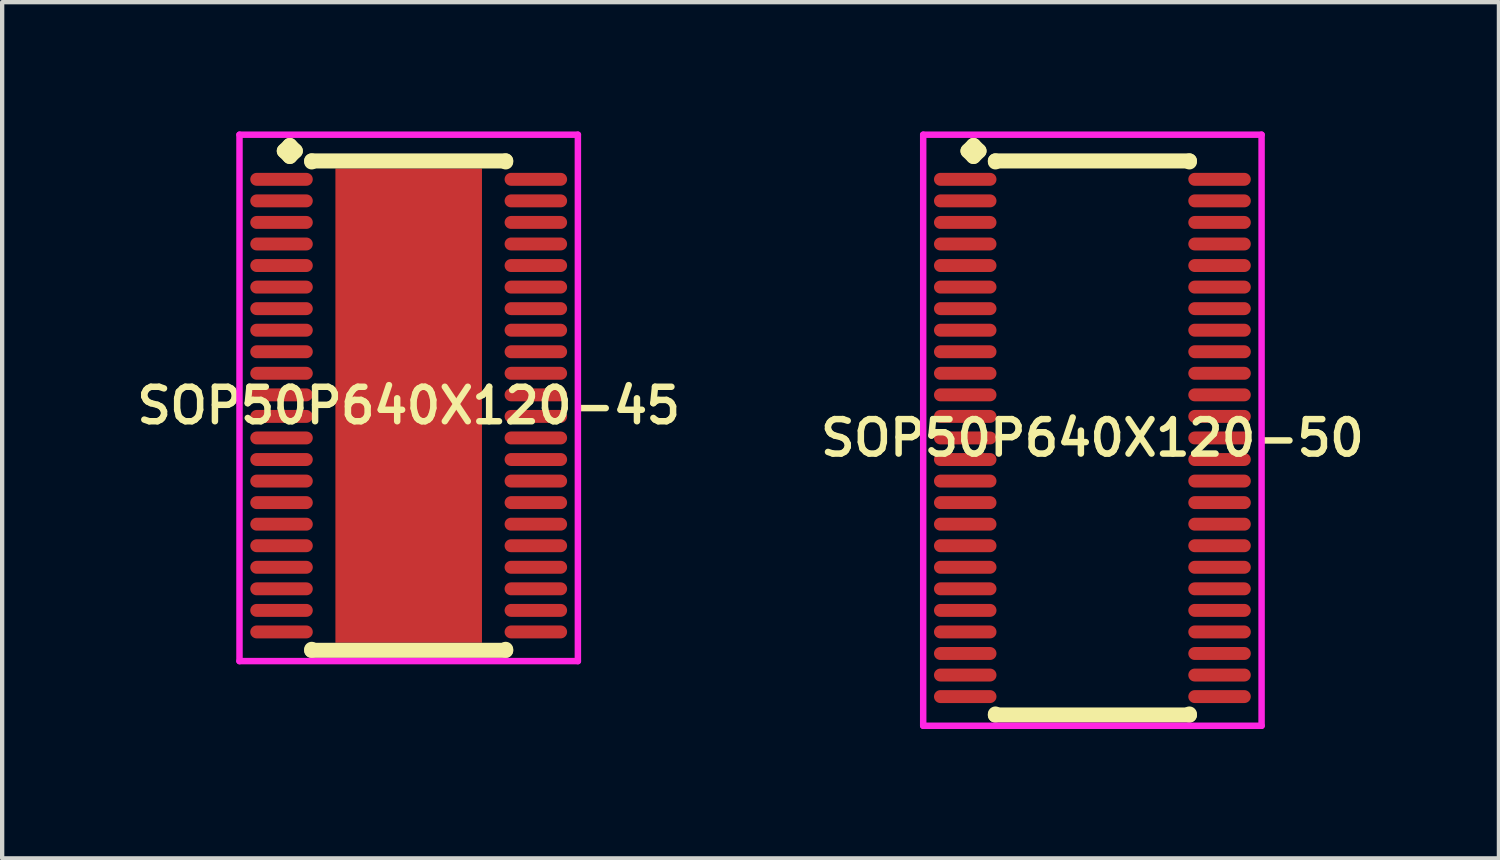
<source format=kicad_pcb>
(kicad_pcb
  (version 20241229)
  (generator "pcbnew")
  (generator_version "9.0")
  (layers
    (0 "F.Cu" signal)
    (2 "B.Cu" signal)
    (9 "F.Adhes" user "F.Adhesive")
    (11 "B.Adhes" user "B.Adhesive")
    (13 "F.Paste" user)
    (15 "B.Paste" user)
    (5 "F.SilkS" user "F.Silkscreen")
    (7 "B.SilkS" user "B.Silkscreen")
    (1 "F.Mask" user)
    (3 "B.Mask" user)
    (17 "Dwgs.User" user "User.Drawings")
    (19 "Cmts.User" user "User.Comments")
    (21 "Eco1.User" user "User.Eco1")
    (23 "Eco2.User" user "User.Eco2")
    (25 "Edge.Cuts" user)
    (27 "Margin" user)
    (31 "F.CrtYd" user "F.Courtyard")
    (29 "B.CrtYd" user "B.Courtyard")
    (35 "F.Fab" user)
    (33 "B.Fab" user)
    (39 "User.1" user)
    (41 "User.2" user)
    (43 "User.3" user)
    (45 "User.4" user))
  (footprint "SOP50P640X120-50"
    (layer "F.Cu")
    (at 22.292 7.11)
    (property "Reference" "SOP50P640X120-50" (at 0 0 0) (layer "F.SilkS") (effects (font (size 0.8 0.8) (thickness 0.15))))
    (attr smd)
    (fp_line (start -2.885 -6.658) (end -2.758 -6.785) (stroke (width 0.35) (type solid)) (layer "F.SilkS"))
    (fp_line (start -2.758 -6.785) (end -2.631 -6.658) (stroke (width 0.35) (type solid)) (layer "F.SilkS"))
    (fp_line (start -2.758 -6.531) (end -2.885 -6.658) (stroke (width 0.35) (type solid)) (layer "F.SilkS"))
    (fp_line (start -2.631 -6.658) (end -2.758 -6.531) (stroke (width 0.35) (type solid)) (layer "F.SilkS"))
    (fp_line (start -2.25 -6.427) (end 2.25 -6.427) (stroke (width 0.35) (type solid)) (layer "F.SilkS"))
    (fp_line (start -2.25 -6.404) (end -2.25 -6.427) (stroke (width 0.35) (type solid)) (layer "F.SilkS"))
    (fp_line (start -2.25 6.404) (end -2.25 6.427) (stroke (width 0.35) (type solid)) (layer "F.SilkS"))
    (fp_line (start -2.25 6.427) (end 2.25 6.427) (stroke (width 0.35) (type solid)) (layer "F.SilkS"))
    (fp_line (start 2.25 -6.427) (end 2.25 -6.404) (stroke (width 0.35) (type solid)) (layer "F.SilkS"))
    (fp_line (start 2.25 6.427) (end 2.25 6.404) (stroke (width 0.35) (type solid)) (layer "F.SilkS"))
    (fp_line (start -3.925 -7.035) (end 3.925 -7.035) (stroke (width 0.15) (type solid)) (layer "F.CrtYd"))
    (fp_line (start -3.925 6.677) (end -3.925 -7.035) (stroke (width 0.15) (type solid)) (layer "F.CrtYd"))
    (fp_line (start 3.925 -7.035) (end 3.925 6.677) (stroke (width 0.15) (type solid)) (layer "F.CrtYd"))
    (fp_line (start 3.925 6.677) (end -3.925 6.677) (stroke (width 0.15) (type solid)) (layer "F.CrtYd"))
    (pad "1" smd oval (at -2.95 -6) (size 1.45 0.3) (layers "F.Cu" "F.Mask" "F.Paste"))
    (pad "2" smd oval (at -2.95 -5.5) (size 1.45 0.3) (layers "F.Cu" "F.Mask" "F.Paste"))
    (pad "3" smd oval (at -2.95 -5) (size 1.45 0.3) (layers "F.Cu" "F.Mask" "F.Paste"))
    (pad "4" smd oval (at -2.95 -4.5) (size 1.45 0.3) (layers "F.Cu" "F.Mask" "F.Paste"))
    (pad "5" smd oval (at -2.95 -4) (size 1.45 0.3) (layers "F.Cu" "F.Mask" "F.Paste"))
    (pad "6" smd oval (at -2.95 -3.5) (size 1.45 0.3) (layers "F.Cu" "F.Mask" "F.Paste"))
    (pad "7" smd oval (at -2.95 -3) (size 1.45 0.3) (layers "F.Cu" "F.Mask" "F.Paste"))
    (pad "8" smd oval (at -2.95 -2.5) (size 1.45 0.3) (layers "F.Cu" "F.Mask" "F.Paste"))
    (pad "9" smd oval (at -2.95 -2) (size 1.45 0.3) (layers "F.Cu" "F.Mask" "F.Paste"))
    (pad "10" smd oval (at -2.95 -1.5) (size 1.45 0.3) (layers "F.Cu" "F.Mask" "F.Paste"))
    (pad "11" smd oval (at -2.95 -1) (size 1.45 0.3) (layers "F.Cu" "F.Mask" "F.Paste"))
    (pad "12" smd oval (at -2.95 -0.5) (size 1.45 0.3) (layers "F.Cu" "F.Mask" "F.Paste"))
    (pad "13" smd oval (at -2.95 0) (size 1.45 0.3) (layers "F.Cu" "F.Mask" "F.Paste"))
    (pad "14" smd oval (at -2.95 0.5) (size 1.45 0.3) (layers "F.Cu" "F.Mask" "F.Paste"))
    (pad "15" smd oval (at -2.95 1) (size 1.45 0.3) (layers "F.Cu" "F.Mask" "F.Paste"))
    (pad "16" smd oval (at -2.95 1.5) (size 1.45 0.3) (layers "F.Cu" "F.Mask" "F.Paste"))
    (pad "17" smd oval (at -2.95 2) (size 1.45 0.3) (layers "F.Cu" "F.Mask" "F.Paste"))
    (pad "18" smd oval (at -2.95 2.5) (size 1.45 0.3) (layers "F.Cu" "F.Mask" "F.Paste"))
    (pad "19" smd oval (at -2.95 3) (size 1.45 0.3) (layers "F.Cu" "F.Mask" "F.Paste"))
    (pad "20" smd oval (at -2.95 3.5) (size 1.45 0.3) (layers "F.Cu" "F.Mask" "F.Paste"))
    (pad "21" smd oval (at -2.95 4) (size 1.45 0.3) (layers "F.Cu" "F.Mask" "F.Paste"))
    (pad "22" smd oval (at -2.95 4.5) (size 1.45 0.3) (layers "F.Cu" "F.Mask" "F.Paste"))
    (pad "23" smd oval (at -2.95 5) (size 1.45 0.3) (layers "F.Cu" "F.Mask" "F.Paste"))
    (pad "24" smd oval (at -2.95 5.5) (size 1.45 0.3) (layers "F.Cu" "F.Mask" "F.Paste"))
    (pad "25" smd oval (at -2.95 6) (size 1.45 0.3) (layers "F.Cu" "F.Mask" "F.Paste"))
    (pad "26" smd oval (at 2.95 6) (size 1.45 0.3) (layers "F.Cu" "F.Mask" "F.Paste"))
    (pad "27" smd oval (at 2.95 5.5) (size 1.45 0.3) (layers "F.Cu" "F.Mask" "F.Paste"))
    (pad "28" smd oval (at 2.95 5) (size 1.45 0.3) (layers "F.Cu" "F.Mask" "F.Paste"))
    (pad "29" smd oval (at 2.95 4.5) (size 1.45 0.3) (layers "F.Cu" "F.Mask" "F.Paste"))
    (pad "30" smd oval (at 2.95 4) (size 1.45 0.3) (layers "F.Cu" "F.Mask" "F.Paste"))
    (pad "31" smd oval (at 2.95 3.5) (size 1.45 0.3) (layers "F.Cu" "F.Mask" "F.Paste"))
    (pad "32" smd oval (at 2.95 3) (size 1.45 0.3) (layers "F.Cu" "F.Mask" "F.Paste"))
    (pad "33" smd oval (at 2.95 2.5) (size 1.45 0.3) (layers "F.Cu" "F.Mask" "F.Paste"))
    (pad "34" smd oval (at 2.95 2) (size 1.45 0.3) (layers "F.Cu" "F.Mask" "F.Paste"))
    (pad "35" smd oval (at 2.95 1.5) (size 1.45 0.3) (layers "F.Cu" "F.Mask" "F.Paste"))
    (pad "36" smd oval (at 2.95 1) (size 1.45 0.3) (layers "F.Cu" "F.Mask" "F.Paste"))
    (pad "37" smd oval (at 2.95 0.5) (size 1.45 0.3) (layers "F.Cu" "F.Mask" "F.Paste"))
    (pad "38" smd oval (at 2.95 0) (size 1.45 0.3) (layers "F.Cu" "F.Mask" "F.Paste"))
    (pad "39" smd oval (at 2.95 -0.5) (size 1.45 0.3) (layers "F.Cu" "F.Mask" "F.Paste"))
    (pad "40" smd oval (at 2.95 -1) (size 1.45 0.3) (layers "F.Cu" "F.Mask" "F.Paste"))
    (pad "41" smd oval (at 2.95 -1.5) (size 1.45 0.3) (layers "F.Cu" "F.Mask" "F.Paste"))
    (pad "42" smd oval (at 2.95 -2) (size 1.45 0.3) (layers "F.Cu" "F.Mask" "F.Paste"))
    (pad "43" smd oval (at 2.95 -2.5) (size 1.45 0.3) (layers "F.Cu" "F.Mask" "F.Paste"))
    (pad "44" smd oval (at 2.95 -3) (size 1.45 0.3) (layers "F.Cu" "F.Mask" "F.Paste"))
    (pad "45" smd oval (at 2.95 -3.5) (size 1.45 0.3) (layers "F.Cu" "F.Mask" "F.Paste"))
    (pad "46" smd oval (at 2.95 -4) (size 1.45 0.3) (layers "F.Cu" "F.Mask" "F.Paste"))
    (pad "47" smd oval (at 2.95 -4.5) (size 1.45 0.3) (layers "F.Cu" "F.Mask" "F.Paste"))
    (pad "48" smd oval (at 2.95 -5) (size 1.45 0.3) (layers "F.Cu" "F.Mask" "F.Paste"))
    (pad "49" smd oval (at 2.95 -5.5) (size 1.45 0.3) (layers "F.Cu" "F.Mask" "F.Paste"))
    (pad "50" smd oval (at 2.95 -6) (size 1.45 0.3) (layers "F.Cu" "F.Mask" "F.Paste")))
  (footprint "SOP50P640X120-45"
    (layer "F.Cu")
    (at 6.431 6.36)
    (property "Reference" "SOP50P640X120-45" (at 0 0 0) (layer "F.SilkS") (effects (font (size 0.8 0.8) (thickness 0.15))))
    (attr smd)
    (fp_line (start -2.885 -5.908) (end -2.758 -6.035) (stroke (width 0.35) (type solid)) (layer "F.SilkS"))
    (fp_line (start -2.758 -6.035) (end -2.631 -5.908) (stroke (width 0.35) (type solid)) (layer "F.SilkS"))
    (fp_line (start -2.758 -5.781) (end -2.885 -5.908) (stroke (width 0.35) (type solid)) (layer "F.SilkS"))
    (fp_line (start -2.631 -5.908) (end -2.758 -5.781) (stroke (width 0.35) (type solid)) (layer "F.SilkS"))
    (fp_line (start -2.25 -5.677) (end 2.25 -5.677) (stroke (width 0.35) (type solid)) (layer "F.SilkS"))
    (fp_line (start -2.25 -5.654) (end -2.25 -5.677) (stroke (width 0.35) (type solid)) (layer "F.SilkS"))
    (fp_line (start -2.25 5.654) (end -2.25 5.677) (stroke (width 0.35) (type solid)) (layer "F.SilkS"))
    (fp_line (start -2.25 5.677) (end 2.25 5.677) (stroke (width 0.35) (type solid)) (layer "F.SilkS"))
    (fp_line (start 2.25 -5.677) (end 2.25 -5.654) (stroke (width 0.35) (type solid)) (layer "F.SilkS"))
    (fp_line (start 2.25 5.677) (end 2.25 5.654) (stroke (width 0.35) (type solid)) (layer "F.SilkS"))
    (fp_line (start -3.925 -6.285) (end 3.925 -6.285) (stroke (width 0.15) (type solid)) (layer "F.CrtYd"))
    (fp_line (start -3.925 5.927) (end -3.925 -6.285) (stroke (width 0.15) (type solid)) (layer "F.CrtYd"))
    (fp_line (start 3.925 -6.285) (end 3.925 5.927) (stroke (width 0.15) (type solid)) (layer "F.CrtYd"))
    (fp_line (start 3.925 5.927) (end -3.925 5.927) (stroke (width 0.15) (type solid)) (layer "F.CrtYd"))
    (pad "1" smd oval (at -2.95 -5.25) (size 1.45 0.3) (layers "F.Cu" "F.Mask" "F.Paste"))
    (pad "2" smd oval (at -2.95 -4.75) (size 1.45 0.3) (layers "F.Cu" "F.Mask" "F.Paste"))
    (pad "3" smd oval (at -2.95 -4.25) (size 1.45 0.3) (layers "F.Cu" "F.Mask" "F.Paste"))
    (pad "4" smd oval (at -2.95 -3.75) (size 1.45 0.3) (layers "F.Cu" "F.Mask" "F.Paste"))
    (pad "5" smd oval (at -2.95 -3.25) (size 1.45 0.3) (layers "F.Cu" "F.Mask" "F.Paste"))
    (pad "6" smd oval (at -2.95 -2.75) (size 1.45 0.3) (layers "F.Cu" "F.Mask" "F.Paste"))
    (pad "7" smd oval (at -2.95 -2.25) (size 1.45 0.3) (layers "F.Cu" "F.Mask" "F.Paste"))
    (pad "8" smd oval (at -2.95 -1.75) (size 1.45 0.3) (layers "F.Cu" "F.Mask" "F.Paste"))
    (pad "9" smd oval (at -2.95 -1.25) (size 1.45 0.3) (layers "F.Cu" "F.Mask" "F.Paste"))
    (pad "10" smd oval (at -2.95 -0.75) (size 1.45 0.3) (layers "F.Cu" "F.Mask" "F.Paste"))
    (pad "11" smd oval (at -2.95 -0.25) (size 1.45 0.3) (layers "F.Cu" "F.Mask" "F.Paste"))
    (pad "12" smd oval (at -2.95 0.25) (size 1.45 0.3) (layers "F.Cu" "F.Mask" "F.Paste"))
    (pad "13" smd oval (at -2.95 0.75) (size 1.45 0.3) (layers "F.Cu" "F.Mask" "F.Paste"))
    (pad "14" smd oval (at -2.95 1.25) (size 1.45 0.3) (layers "F.Cu" "F.Mask" "F.Paste"))
    (pad "15" smd oval (at -2.95 1.75) (size 1.45 0.3) (layers "F.Cu" "F.Mask" "F.Paste"))
    (pad "16" smd oval (at -2.95 2.25) (size 1.45 0.3) (layers "F.Cu" "F.Mask" "F.Paste"))
    (pad "17" smd oval (at -2.95 2.75) (size 1.45 0.3) (layers "F.Cu" "F.Mask" "F.Paste"))
    (pad "18" smd oval (at -2.95 3.25) (size 1.45 0.3) (layers "F.Cu" "F.Mask" "F.Paste"))
    (pad "19" smd oval (at -2.95 3.75) (size 1.45 0.3) (layers "F.Cu" "F.Mask" "F.Paste"))
    (pad "20" smd oval (at -2.95 4.25) (size 1.45 0.3) (layers "F.Cu" "F.Mask" "F.Paste"))
    (pad "21" smd oval (at -2.95 4.75) (size 1.45 0.3) (layers "F.Cu" "F.Mask" "F.Paste"))
    (pad "22" smd oval (at -2.95 5.25) (size 1.45 0.3) (layers "F.Cu" "F.Mask" "F.Paste"))
    (pad "23" smd oval (at 2.95 5.25) (size 1.45 0.3) (layers "F.Cu" "F.Mask" "F.Paste"))
    (pad "24" smd oval (at 2.95 4.75) (size 1.45 0.3) (layers "F.Cu" "F.Mask" "F.Paste"))
    (pad "25" smd oval (at 2.95 4.25) (size 1.45 0.3) (layers "F.Cu" "F.Mask" "F.Paste"))
    (pad "26" smd oval (at 2.95 3.75) (size 1.45 0.3) (layers "F.Cu" "F.Mask" "F.Paste"))
    (pad "27" smd oval (at 2.95 3.25) (size 1.45 0.3) (layers "F.Cu" "F.Mask" "F.Paste"))
    (pad "28" smd oval (at 2.95 2.75) (size 1.45 0.3) (layers "F.Cu" "F.Mask" "F.Paste"))
    (pad "29" smd oval (at 2.95 2.25) (size 1.45 0.3) (layers "F.Cu" "F.Mask" "F.Paste"))
    (pad "30" smd oval (at 2.95 1.75) (size 1.45 0.3) (layers "F.Cu" "F.Mask" "F.Paste"))
    (pad "31" smd oval (at 2.95 1.25) (size 1.45 0.3) (layers "F.Cu" "F.Mask" "F.Paste"))
    (pad "32" smd oval (at 2.95 0.75) (size 1.45 0.3) (layers "F.Cu" "F.Mask" "F.Paste"))
    (pad "33" smd oval (at 2.95 0.25) (size 1.45 0.3) (layers "F.Cu" "F.Mask" "F.Paste"))
    (pad "34" smd oval (at 2.95 -0.25) (size 1.45 0.3) (layers "F.Cu" "F.Mask" "F.Paste"))
    (pad "35" smd oval (at 2.95 -0.75) (size 1.45 0.3) (layers "F.Cu" "F.Mask" "F.Paste"))
    (pad "36" smd oval (at 2.95 -1.25) (size 1.45 0.3) (layers "F.Cu" "F.Mask" "F.Paste"))
    (pad "37" smd oval (at 2.95 -1.75) (size 1.45 0.3) (layers "F.Cu" "F.Mask" "F.Paste"))
    (pad "38" smd oval (at 2.95 -2.25) (size 1.45 0.3) (layers "F.Cu" "F.Mask" "F.Paste"))
    (pad "39" smd oval (at 2.95 -2.75) (size 1.45 0.3) (layers "F.Cu" "F.Mask" "F.Paste"))
    (pad "40" smd oval (at 2.95 -3.25) (size 1.45 0.3) (layers "F.Cu" "F.Mask" "F.Paste"))
    (pad "41" smd oval (at 2.95 -3.75) (size 1.45 0.3) (layers "F.Cu" "F.Mask" "F.Paste"))
    (pad "42" smd oval (at 2.95 -4.25) (size 1.45 0.3) (layers "F.Cu" "F.Mask" "F.Paste"))
    (pad "43" smd oval (at 2.95 -4.75) (size 1.45 0.3) (layers "F.Cu" "F.Mask" "F.Paste"))
    (pad "44" smd oval (at 2.95 -5.25) (size 1.45 0.3) (layers "F.Cu" "F.Mask" "F.Paste"))
    (pad "45" smd rect (at 0 0) (size 3.4 11) (layers "F.Cu" "F.Mask" "F.Paste")))
  (gr_rect
    (start -3 -3)
    (end 31.723 16.862)
    (stroke (width 0.1) (type default))
    (fill no)
    (layer "Edge.Cuts")))
</source>
